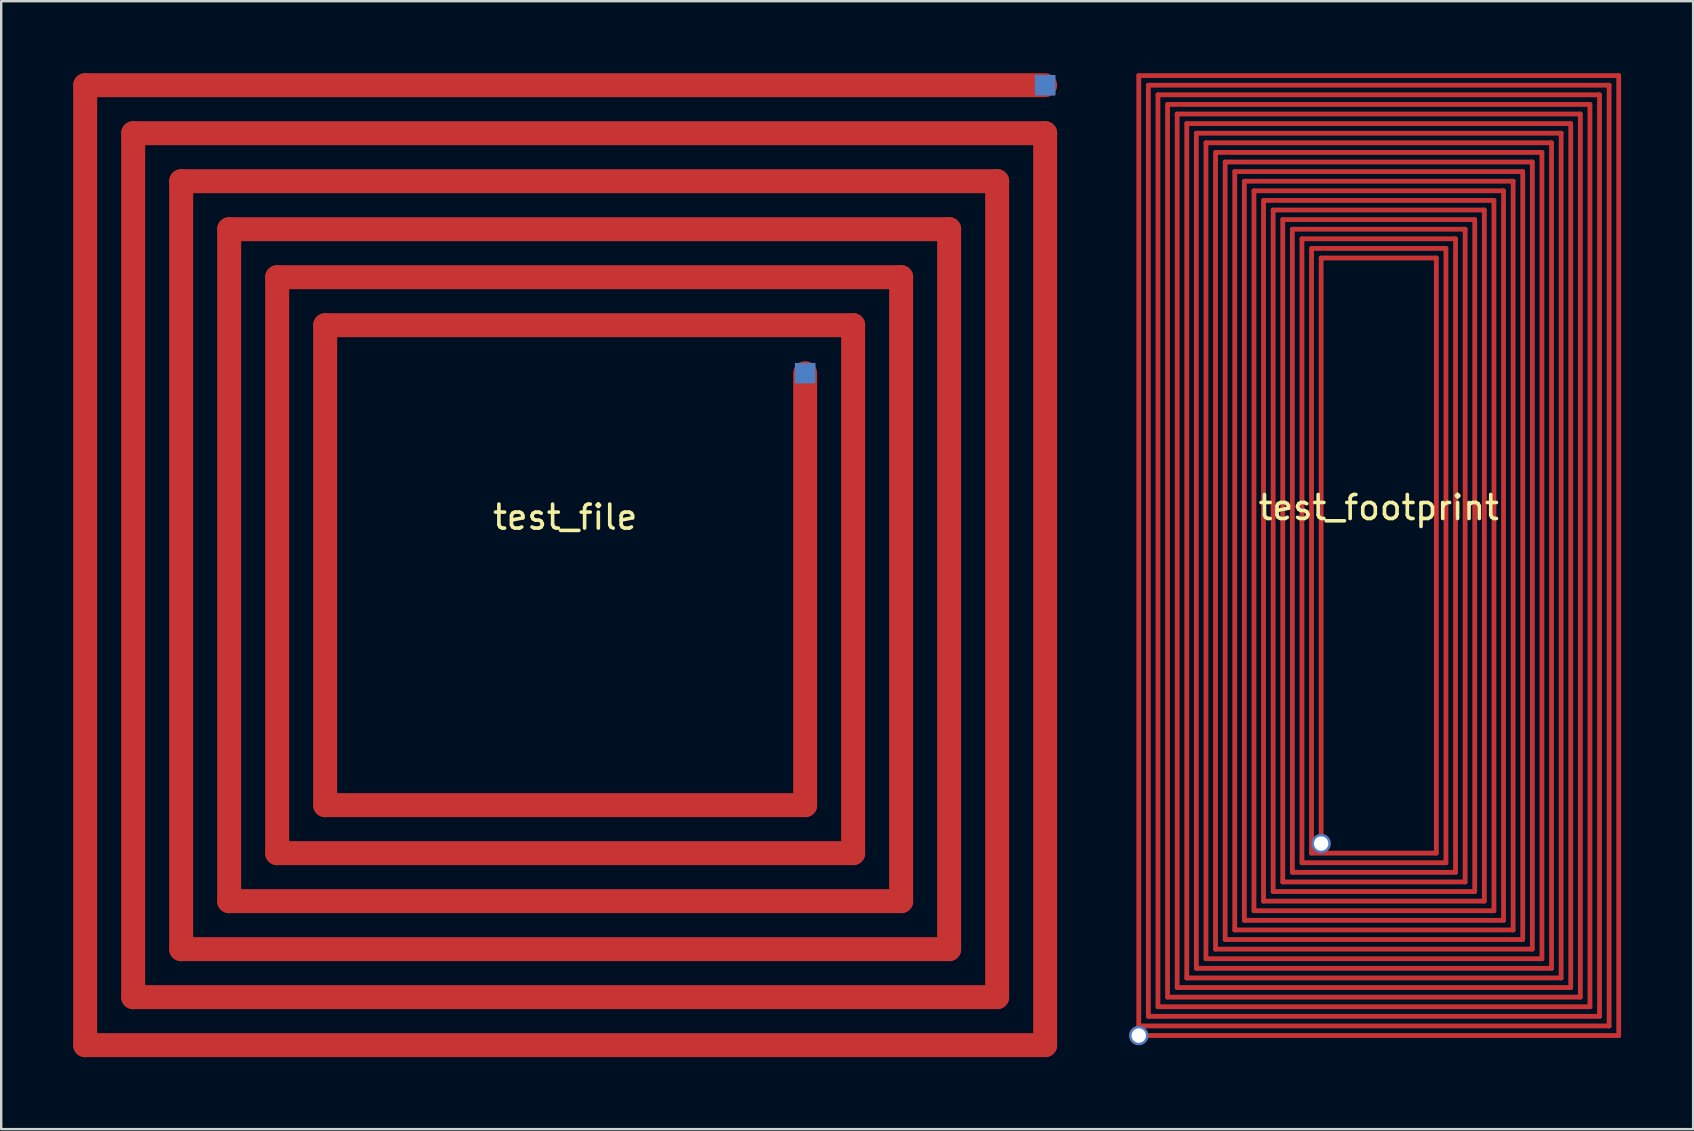
<source format=kicad_pcb>
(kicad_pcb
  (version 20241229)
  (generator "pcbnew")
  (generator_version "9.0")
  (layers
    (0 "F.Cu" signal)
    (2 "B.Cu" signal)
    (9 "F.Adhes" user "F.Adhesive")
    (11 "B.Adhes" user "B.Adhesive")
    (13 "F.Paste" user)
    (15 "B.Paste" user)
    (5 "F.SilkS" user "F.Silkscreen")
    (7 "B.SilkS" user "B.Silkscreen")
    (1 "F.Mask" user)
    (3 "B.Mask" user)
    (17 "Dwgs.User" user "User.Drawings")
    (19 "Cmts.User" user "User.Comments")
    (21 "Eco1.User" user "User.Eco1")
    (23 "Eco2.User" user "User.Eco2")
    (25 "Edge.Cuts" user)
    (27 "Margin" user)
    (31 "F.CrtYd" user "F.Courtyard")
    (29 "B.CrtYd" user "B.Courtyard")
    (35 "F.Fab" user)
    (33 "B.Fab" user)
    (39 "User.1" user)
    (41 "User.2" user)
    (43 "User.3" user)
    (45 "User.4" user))
  (footprint "test_footprint"
    (layer "F.Cu")
    (at 54.4 20.1)
    (property "Reference" "test_footprint" (at 0 -2 0) (layer "F.SilkS") (effects (font (size 1 1) (thickness 0.15))))
    (attr through_hole)
    (fp_line (start -10 -20) (end -10 19.6) (stroke (width 0.2) (type solid)) (layer "F.Cu"))
    (fp_line (start -10 19.6) (end 9.6 19.6) (stroke (width 0.2) (type solid)) (layer "F.Cu"))
    (fp_line (start -10 20) (end 10 20) (stroke (width 0.2) (type solid)) (layer "F.Cu"))
    (fp_line (start -9.6 -19.6) (end -9.6 19.2) (stroke (width 0.2) (type solid)) (layer "F.Cu"))
    (fp_line (start -9.6 19.2) (end 9.2 19.2) (stroke (width 0.2) (type solid)) (layer "F.Cu"))
    (fp_line (start -9.2 -19.2) (end -9.2 18.8) (stroke (width 0.2) (type solid)) (layer "F.Cu"))
    (fp_line (start -9.2 18.8) (end 8.8 18.8) (stroke (width 0.2) (type solid)) (layer "F.Cu"))
    (fp_line (start -8.8 -18.8) (end -8.8 18.4) (stroke (width 0.2) (type solid)) (layer "F.Cu"))
    (fp_line (start -8.8 18.4) (end 8.4 18.4) (stroke (width 0.2) (type solid)) (layer "F.Cu"))
    (fp_line (start -8.4 -18.4) (end -8.4 18) (stroke (width 0.2) (type solid)) (layer "F.Cu"))
    (fp_line (start -8.4 18) (end 8 18) (stroke (width 0.2) (type solid)) (layer "F.Cu"))
    (fp_line (start -8 -18) (end -8 17.6) (stroke (width 0.2) (type solid)) (layer "F.Cu"))
    (fp_line (start -8 17.6) (end 7.6 17.6) (stroke (width 0.2) (type solid)) (layer "F.Cu"))
    (fp_line (start -7.6 -17.6) (end -7.6 17.2) (stroke (width 0.2) (type solid)) (layer "F.Cu"))
    (fp_line (start -7.6 17.2) (end 7.2 17.2) (stroke (width 0.2) (type solid)) (layer "F.Cu"))
    (fp_line (start -7.2 -17.2) (end -7.2 16.8) (stroke (width 0.2) (type solid)) (layer "F.Cu"))
    (fp_line (start -7.2 16.8) (end 6.8 16.8) (stroke (width 0.2) (type solid)) (layer "F.Cu"))
    (fp_line (start -6.8 -16.8) (end -6.8 16.4) (stroke (width 0.2) (type solid)) (layer "F.Cu"))
    (fp_line (start -6.8 16.4) (end 6.4 16.4) (stroke (width 0.2) (type solid)) (layer "F.Cu"))
    (fp_line (start -6.4 -16.4) (end -6.4 16) (stroke (width 0.2) (type solid)) (layer "F.Cu"))
    (fp_line (start -6.4 16) (end 6 16) (stroke (width 0.2) (type solid)) (layer "F.Cu"))
    (fp_line (start -6 -16) (end -6 15.6) (stroke (width 0.2) (type solid)) (layer "F.Cu"))
    (fp_line (start -6 15.6) (end 5.6 15.6) (stroke (width 0.2) (type solid)) (layer "F.Cu"))
    (fp_line (start -5.6 -15.6) (end -5.6 15.2) (stroke (width 0.2) (type solid)) (layer "F.Cu"))
    (fp_line (start -5.6 15.2) (end 5.2 15.2) (stroke (width 0.2) (type solid)) (layer "F.Cu"))
    (fp_line (start -5.2 -15.2) (end -5.2 14.8) (stroke (width 0.2) (type solid)) (layer "F.Cu"))
    (fp_line (start -5.2 14.8) (end 4.8 14.8) (stroke (width 0.2) (type solid)) (layer "F.Cu"))
    (fp_line (start -4.8 -14.8) (end -4.8 14.4) (stroke (width 0.2) (type solid)) (layer "F.Cu"))
    (fp_line (start -4.8 14.4) (end 4.4 14.4) (stroke (width 0.2) (type solid)) (layer "F.Cu"))
    (fp_line (start -4.4 -14.4) (end -4.4 14) (stroke (width 0.2) (type solid)) (layer "F.Cu"))
    (fp_line (start -4.4 14) (end 4 14) (stroke (width 0.2) (type solid)) (layer "F.Cu"))
    (fp_line (start -4 -14) (end -4 13.6) (stroke (width 0.2) (type solid)) (layer "F.Cu"))
    (fp_line (start -4 13.6) (end 3.6 13.6) (stroke (width 0.2) (type solid)) (layer "F.Cu"))
    (fp_line (start -3.6 -13.6) (end -3.6 13.2) (stroke (width 0.2) (type solid)) (layer "F.Cu"))
    (fp_line (start -3.6 13.2) (end 3.2 13.2) (stroke (width 0.2) (type solid)) (layer "F.Cu"))
    (fp_line (start -3.2 -13.2) (end -3.2 12.8) (stroke (width 0.2) (type solid)) (layer "F.Cu"))
    (fp_line (start -3.2 12.8) (end 2.8 12.8) (stroke (width 0.2) (type solid)) (layer "F.Cu"))
    (fp_line (start -2.8 -12.8) (end -2.8 12.4) (stroke (width 0.2) (type solid)) (layer "F.Cu"))
    (fp_line (start -2.8 12.4) (end 2.4 12.4) (stroke (width 0.2) (type solid)) (layer "F.Cu"))
    (fp_line (start -2.4 -12.4) (end -2.4 12) (stroke (width 0.2) (type solid)) (layer "F.Cu"))
    (fp_line (start 2.4 -12.4) (end -2.4 -12.4) (stroke (width 0.2) (type solid)) (layer "F.Cu"))
    (fp_line (start 2.4 12.4) (end 2.4 -12.4) (stroke (width 0.2) (type solid)) (layer "F.Cu"))
    (fp_line (start 2.8 -12.8) (end -2.8 -12.8) (stroke (width 0.2) (type solid)) (layer "F.Cu"))
    (fp_line (start 2.8 12.8) (end 2.8 -12.8) (stroke (width 0.2) (type solid)) (layer "F.Cu"))
    (fp_line (start 3.2 -13.2) (end -3.2 -13.2) (stroke (width 0.2) (type solid)) (layer "F.Cu"))
    (fp_line (start 3.2 13.2) (end 3.2 -13.2) (stroke (width 0.2) (type solid)) (layer "F.Cu"))
    (fp_line (start 3.6 -13.6) (end -3.6 -13.6) (stroke (width 0.2) (type solid)) (layer "F.Cu"))
    (fp_line (start 3.6 13.6) (end 3.6 -13.6) (stroke (width 0.2) (type solid)) (layer "F.Cu"))
    (fp_line (start 4 -14) (end -4 -14) (stroke (width 0.2) (type solid)) (layer "F.Cu"))
    (fp_line (start 4 14) (end 4 -14) (stroke (width 0.2) (type solid)) (layer "F.Cu"))
    (fp_line (start 4.4 -14.4) (end -4.4 -14.4) (stroke (width 0.2) (type solid)) (layer "F.Cu"))
    (fp_line (start 4.4 14.4) (end 4.4 -14.4) (stroke (width 0.2) (type solid)) (layer "F.Cu"))
    (fp_line (start 4.8 -14.8) (end -4.8 -14.8) (stroke (width 0.2) (type solid)) (layer "F.Cu"))
    (fp_line (start 4.8 14.8) (end 4.8 -14.8) (stroke (width 0.2) (type solid)) (layer "F.Cu"))
    (fp_line (start 5.2 -15.2) (end -5.2 -15.2) (stroke (width 0.2) (type solid)) (layer "F.Cu"))
    (fp_line (start 5.2 15.2) (end 5.2 -15.2) (stroke (width 0.2) (type solid)) (layer "F.Cu"))
    (fp_line (start 5.6 -15.6) (end -5.6 -15.6) (stroke (width 0.2) (type solid)) (layer "F.Cu"))
    (fp_line (start 5.6 15.6) (end 5.6 -15.6) (stroke (width 0.2) (type solid)) (layer "F.Cu"))
    (fp_line (start 6 -16) (end -6 -16) (stroke (width 0.2) (type solid)) (layer "F.Cu"))
    (fp_line (start 6 16) (end 6 -16) (stroke (width 0.2) (type solid)) (layer "F.Cu"))
    (fp_line (start 6.4 -16.4) (end -6.4 -16.4) (stroke (width 0.2) (type solid)) (layer "F.Cu"))
    (fp_line (start 6.4 16.4) (end 6.4 -16.4) (stroke (width 0.2) (type solid)) (layer "F.Cu"))
    (fp_line (start 6.8 -16.8) (end -6.8 -16.8) (stroke (width 0.2) (type solid)) (layer "F.Cu"))
    (fp_line (start 6.8 16.8) (end 6.8 -16.8) (stroke (width 0.2) (type solid)) (layer "F.Cu"))
    (fp_line (start 7.2 -17.2) (end -7.2 -17.2) (stroke (width 0.2) (type solid)) (layer "F.Cu"))
    (fp_line (start 7.2 17.2) (end 7.2 -17.2) (stroke (width 0.2) (type solid)) (layer "F.Cu"))
    (fp_line (start 7.6 -17.6) (end -7.6 -17.6) (stroke (width 0.2) (type solid)) (layer "F.Cu"))
    (fp_line (start 7.6 17.6) (end 7.6 -17.6) (stroke (width 0.2) (type solid)) (layer "F.Cu"))
    (fp_line (start 8 -18) (end -8 -18) (stroke (width 0.2) (type solid)) (layer "F.Cu"))
    (fp_line (start 8 18) (end 8 -18) (stroke (width 0.2) (type solid)) (layer "F.Cu"))
    (fp_line (start 8.4 -18.4) (end -8.4 -18.4) (stroke (width 0.2) (type solid)) (layer "F.Cu"))
    (fp_line (start 8.4 18.4) (end 8.4 -18.4) (stroke (width 0.2) (type solid)) (layer "F.Cu"))
    (fp_line (start 8.8 -18.8) (end -8.8 -18.8) (stroke (width 0.2) (type solid)) (layer "F.Cu"))
    (fp_line (start 8.8 18.8) (end 8.8 -18.8) (stroke (width 0.2) (type solid)) (layer "F.Cu"))
    (fp_line (start 9.2 -19.2) (end -9.2 -19.2) (stroke (width 0.2) (type solid)) (layer "F.Cu"))
    (fp_line (start 9.2 19.2) (end 9.2 -19.2) (stroke (width 0.2) (type solid)) (layer "F.Cu"))
    (fp_line (start 9.6 -19.6) (end -9.6 -19.6) (stroke (width 0.2) (type solid)) (layer "F.Cu"))
    (fp_line (start 9.6 19.6) (end 9.6 -19.6) (stroke (width 0.2) (type solid)) (layer "F.Cu"))
    (fp_line (start 10 -20) (end -10 -20) (stroke (width 0.2) (type solid)) (layer "F.Cu"))
    (fp_line (start 10 20) (end 10 -20) (stroke (width 0.2) (type solid)) (layer "F.Cu"))
    (pad "1" thru_hole circle (at -10 20) (size 0.8 0.8) (drill 0.6) (layers "*.Cu" "*.Mask"))
    (pad "2" thru_hole circle (at -2.4 12) (size 0.8 0.8) (drill 0.6) (layers "*.Cu" "*.Mask")))
  (footprint "test_file"
    (layer "F.Cu")
    (at 20.5 20.5)
    (property "Reference" "test_file" (at 0 -2 0) (layer "F.SilkS") (effects (font (size 1 1) (thickness 0.15))))
    (attr through_hole)
    (fp_line (start -20 -20) (end -20 20) (stroke (width 1) (type solid)) (layer "F.Cu"))
    (fp_line (start -20 20) (end 20 20) (stroke (width 1) (type solid)) (layer "F.Cu"))
    (fp_line (start -18 -18) (end -18 18) (stroke (width 1) (type solid)) (layer "F.Cu"))
    (fp_line (start -18 18) (end 18 18) (stroke (width 1) (type solid)) (layer "F.Cu"))
    (fp_line (start -16 -16) (end -16 16) (stroke (width 1) (type solid)) (layer "F.Cu"))
    (fp_line (start -16 16) (end 16 16) (stroke (width 1) (type solid)) (layer "F.Cu"))
    (fp_line (start -14 -14) (end -14 14) (stroke (width 1) (type solid)) (layer "F.Cu"))
    (fp_line (start -14 14) (end 14 14) (stroke (width 1) (type solid)) (layer "F.Cu"))
    (fp_line (start -12 -12) (end -12 12) (stroke (width 1) (type solid)) (layer "F.Cu"))
    (fp_line (start -12 12) (end 12 12) (stroke (width 1) (type solid)) (layer "F.Cu"))
    (fp_line (start -10 -10) (end -10 10) (stroke (width 1) (type solid)) (layer "F.Cu"))
    (fp_line (start -10 10) (end 10 10) (stroke (width 1) (type solid)) (layer "F.Cu"))
    (fp_line (start 10 10) (end 10 -8) (stroke (width 1) (type solid)) (layer "F.Cu"))
    (fp_line (start 12 -10) (end -10 -10) (stroke (width 1) (type solid)) (layer "F.Cu"))
    (fp_line (start 12 12) (end 12 -10) (stroke (width 1) (type solid)) (layer "F.Cu"))
    (fp_line (start 14 -12) (end -12 -12) (stroke (width 1) (type solid)) (layer "F.Cu"))
    (fp_line (start 14 14) (end 14 -12) (stroke (width 1) (type solid)) (layer "F.Cu"))
    (fp_line (start 16 -14) (end -14 -14) (stroke (width 1) (type solid)) (layer "F.Cu"))
    (fp_line (start 16 16) (end 16 -14) (stroke (width 1) (type solid)) (layer "F.Cu"))
    (fp_line (start 18 -16) (end -16 -16) (stroke (width 1) (type solid)) (layer "F.Cu"))
    (fp_line (start 18 18) (end 18 -16) (stroke (width 1) (type solid)) (layer "F.Cu"))
    (fp_line (start 20 -20) (end -20 -20) (stroke (width 1) (type solid)) (layer "F.Cu"))
    (fp_line (start 20 -18) (end -18 -18) (stroke (width 1) (type solid)) (layer "F.Cu"))
    (fp_line (start 20 20) (end 20 -18) (stroke (width 1) (type solid)) (layer "F.Cu"))
    (pad "1" connect rect (at 20 -20) (size 0.85 0.85) (layers "*.Cu" "*.Mask"))
    (pad "2" connect rect (at 10 -8) (size 0.85 0.85) (layers "*.Cu" "*.Mask")))
  (gr_rect
    (start -3 -3)
    (end 67.5 44)
    (stroke (width 0.1) (type default))
    (fill no)
    (layer "Edge.Cuts")))
</source>
